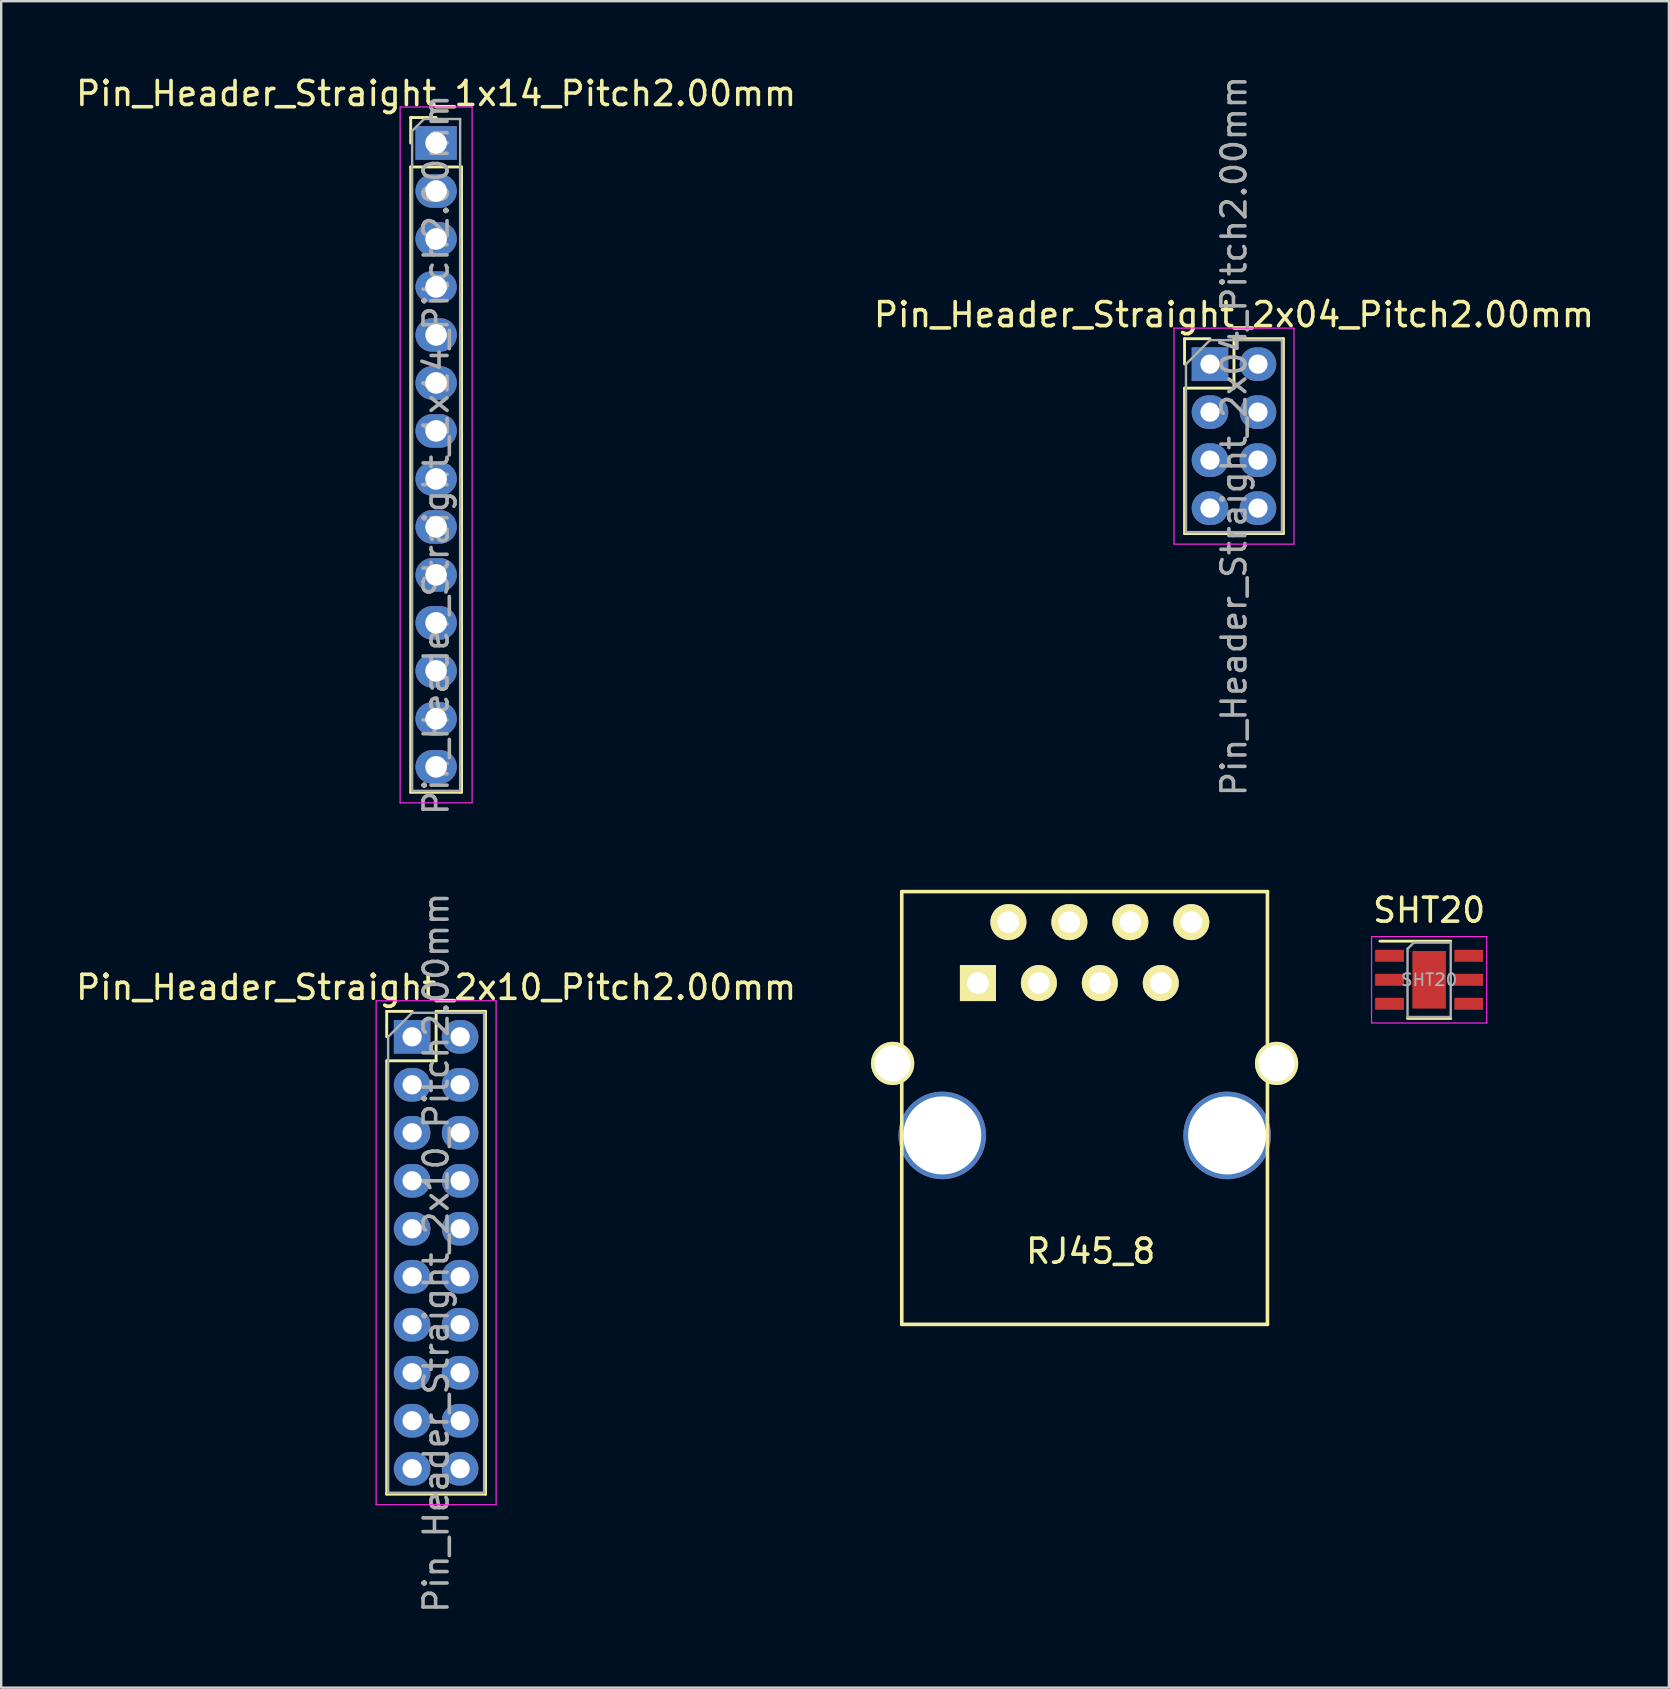
<source format=kicad_pcb>
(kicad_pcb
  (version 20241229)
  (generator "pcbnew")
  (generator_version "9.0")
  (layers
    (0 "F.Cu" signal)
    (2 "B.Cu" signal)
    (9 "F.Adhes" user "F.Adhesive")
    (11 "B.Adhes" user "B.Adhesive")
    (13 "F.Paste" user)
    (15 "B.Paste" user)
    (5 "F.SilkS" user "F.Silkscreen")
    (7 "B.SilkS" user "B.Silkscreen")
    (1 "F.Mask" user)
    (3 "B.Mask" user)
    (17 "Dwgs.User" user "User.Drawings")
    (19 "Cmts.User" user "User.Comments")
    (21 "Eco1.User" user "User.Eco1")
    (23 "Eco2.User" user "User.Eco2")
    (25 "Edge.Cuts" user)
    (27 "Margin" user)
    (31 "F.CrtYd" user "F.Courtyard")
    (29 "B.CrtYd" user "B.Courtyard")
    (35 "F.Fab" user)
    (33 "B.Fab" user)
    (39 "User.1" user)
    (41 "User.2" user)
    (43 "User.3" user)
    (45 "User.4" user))
  (footprint "Pin_Header_Straight_2x04_Pitch2.00mm"
    (layer "F.Cu")
    (at 48.375 15.125)
    (property "Reference" "Pin_Header_Straight_2x04_Pitch2.00mm" (at 0 -5.06 0) (layer "F.SilkS") (effects (font (size 1 1) (thickness 0.15))))
    (attr through_hole)
    (fp_line (start -2.06 -4.06) (end -1 -4.06) (stroke (width 0.12) (type solid)) (layer "F.SilkS"))
    (fp_line (start -2.06 -3) (end -2.06 -4.06) (stroke (width 0.12) (type solid)) (layer "F.SilkS"))
    (fp_line (start -2.06 -2) (end -2.06 4.06) (stroke (width 0.12) (type solid)) (layer "F.SilkS"))
    (fp_line (start -2.06 -2) (end 0 -2) (stroke (width 0.12) (type solid)) (layer "F.SilkS"))
    (fp_line (start -2.06 4.06) (end 2.06 4.06) (stroke (width 0.12) (type solid)) (layer "F.SilkS"))
    (fp_line (start 0 -4.06) (end 2.06 -4.06) (stroke (width 0.12) (type solid)) (layer "F.SilkS"))
    (fp_line (start 0 -2) (end 0 -4.06) (stroke (width 0.12) (type solid)) (layer "F.SilkS"))
    (fp_line (start 2.06 -4.06) (end 2.06 4.06) (stroke (width 0.12) (type solid)) (layer "F.SilkS"))
    (fp_line (start -2.5 -4.5) (end -2.5 4.5) (stroke (width 0.05) (type solid)) (layer "F.CrtYd"))
    (fp_line (start -2.5 4.5) (end 2.5 4.5) (stroke (width 0.05) (type solid)) (layer "F.CrtYd"))
    (fp_line (start 2.5 -4.5) (end -2.5 -4.5) (stroke (width 0.05) (type solid)) (layer "F.CrtYd"))
    (fp_line (start 2.5 4.5) (end 2.5 -4.5) (stroke (width 0.05) (type solid)) (layer "F.CrtYd"))
    (fp_line (start -2 -3) (end -1 -4) (stroke (width 0.1) (type solid)) (layer "F.Fab"))
    (fp_line (start -2 4) (end -2 -3) (stroke (width 0.1) (type solid)) (layer "F.Fab"))
    (fp_line (start -1 -4) (end 2 -4) (stroke (width 0.1) (type solid)) (layer "F.Fab"))
    (fp_line (start 2 -4) (end 2 4) (stroke (width 0.1) (type solid)) (layer "F.Fab"))
    (fp_line (start 2 4) (end -2 4) (stroke (width 0.1) (type solid)) (layer "F.Fab"))
    (fp_text user "${REFERENCE}" (at 0 0 90) (layer "F.Fab") (effects (font (size 1 1) (thickness 0.15))))
    (pad "1" thru_hole rect (at -1 -3) (size 1.524 1.4) (drill 0.8) (layers "*.Cu" "*.Mask"))
    (pad "2" thru_hole oval (at 1 -3) (size 1.524 1.4) (drill 0.8) (layers "*.Cu" "*.Mask"))
    (pad "3" thru_hole oval (at -1 -1) (size 1.524 1.4) (drill 0.8) (layers "*.Cu" "*.Mask"))
    (pad "4" thru_hole oval (at 1 -1) (size 1.524 1.4) (drill 0.8) (layers "*.Cu" "*.Mask"))
    (pad "5" thru_hole oval (at -1 1) (size 1.524 1.4) (drill 0.8) (layers "*.Cu" "*.Mask"))
    (pad "6" thru_hole oval (at 1 1) (size 1.524 1.4) (drill 0.8) (layers "*.Cu" "*.Mask"))
    (pad "7" thru_hole oval (at -1 3) (size 1.524 1.4) (drill 0.8) (layers "*.Cu" "*.Mask"))
    (pad "8" thru_hole oval (at 1 3) (size 1.524 1.4) (drill 0.8) (layers "*.Cu" "*.Mask")))
  (footprint "Pin_Header_Straight_1x14_Pitch2.00mm"
    (layer "F.Cu")
    (at 15.125 2.908)
    (property "Reference" "Pin_Header_Straight_1x14_Pitch2.00mm" (at 0 -2.06 0) (layer "F.SilkS") (effects (font (size 1 1) (thickness 0.15))))
    (attr through_hole)
    (fp_line (start -1.06 -1.06) (end 0 -1.06) (stroke (width 0.12) (type solid)) (layer "F.SilkS"))
    (fp_line (start -1.06 0) (end -1.06 -1.06) (stroke (width 0.12) (type solid)) (layer "F.SilkS"))
    (fp_line (start -1.06 1) (end -1.06 27.06) (stroke (width 0.12) (type solid)) (layer "F.SilkS"))
    (fp_line (start -1.06 1) (end 1.06 1) (stroke (width 0.12) (type solid)) (layer "F.SilkS"))
    (fp_line (start -1.06 27.06) (end 1.06 27.06) (stroke (width 0.12) (type solid)) (layer "F.SilkS"))
    (fp_line (start 1.06 1) (end 1.06 27.06) (stroke (width 0.12) (type solid)) (layer "F.SilkS"))
    (fp_line (start -1.5 -1.5) (end -1.5 27.5) (stroke (width 0.05) (type solid)) (layer "F.CrtYd"))
    (fp_line (start -1.5 27.5) (end 1.5 27.5) (stroke (width 0.05) (type solid)) (layer "F.CrtYd"))
    (fp_line (start 1.5 -1.5) (end -1.5 -1.5) (stroke (width 0.05) (type solid)) (layer "F.CrtYd"))
    (fp_line (start 1.5 27.5) (end 1.5 -1.5) (stroke (width 0.05) (type solid)) (layer "F.CrtYd"))
    (fp_line (start -1 -0.5) (end -0.5 -1) (stroke (width 0.1) (type solid)) (layer "F.Fab"))
    (fp_line (start -1 27) (end -1 -0.5) (stroke (width 0.1) (type solid)) (layer "F.Fab"))
    (fp_line (start -0.5 -1) (end 1 -1) (stroke (width 0.1) (type solid)) (layer "F.Fab"))
    (fp_line (start 1 -1) (end 1 27) (stroke (width 0.1) (type solid)) (layer "F.Fab"))
    (fp_line (start 1 27) (end -1 27) (stroke (width 0.1) (type solid)) (layer "F.Fab"))
    (fp_text user "${REFERENCE}" (at 0 13 90) (layer "F.Fab") (effects (font (size 1 1) (thickness 0.15))))
    (pad "1" thru_hole rect (at 0 0) (size 1.724 1.4) (drill 0.9) (layers "*.Cu" "*.Mask"))
    (pad "2" thru_hole oval (at 0 2) (size 1.724 1.4) (drill 0.9) (layers "*.Cu" "*.Mask"))
    (pad "3" thru_hole oval (at 0 4) (size 1.724 1.4) (drill 0.9) (layers "*.Cu" "*.Mask"))
    (pad "4" thru_hole oval (at 0 6) (size 1.724 1.3) (drill 0.9) (layers "*.Cu" "*.Mask"))
    (pad "5" thru_hole oval (at 0 8) (size 1.724 1.4) (drill 0.9) (layers "*.Cu" "*.Mask"))
    (pad "6" thru_hole oval (at 0 10) (size 1.724 1.4) (drill 0.9) (layers "*.Cu" "*.Mask"))
    (pad "7" thru_hole oval (at 0 12) (size 1.724 1.4) (drill 0.9) (layers "*.Cu" "*.Mask"))
    (pad "8" thru_hole oval (at 0 14) (size 1.724 1.4) (drill 0.9) (layers "*.Cu" "*.Mask"))
    (pad "9" thru_hole oval (at 0 16) (size 1.724 1.4) (drill 0.9) (layers "*.Cu" "*.Mask"))
    (pad "10" thru_hole oval (at 0 18) (size 1.724 1.4) (drill 0.9) (layers "*.Cu" "*.Mask"))
    (pad "11" thru_hole oval (at 0 20) (size 1.724 1.4) (drill 0.9) (layers "*.Cu" "*.Mask"))
    (pad "12" thru_hole oval (at 0 22) (size 1.724 1.4) (drill 0.9) (layers "*.Cu" "*.Mask"))
    (pad "13" thru_hole oval (at 0 24) (size 1.724 1.4) (drill 0.9) (layers "*.Cu" "*.Mask"))
    (pad "14" thru_hole oval (at 0 26) (size 1.724 1.4) (drill 0.9) (layers "*.Cu" "*.Mask")))
  (footprint "RJ45_8"
    (layer "F.Cu")
    (at 42.15 44.268)
    (property "Reference" "RJ45_8" (at 0.254 4.826 0) (layer "F.SilkS") (effects (font (size 1 1) (thickness 0.15))))
    (attr through_hole)
    (fp_line (start -7.62 -10.16) (end -7.62 7.874) (stroke (width 0.15) (type solid)) (layer "F.SilkS"))
    (fp_line (start -7.62 7.874) (end 7.62 7.874) (stroke (width 0.15) (type solid)) (layer "F.SilkS"))
    (fp_line (start 7.62 -10.16) (end -7.62 -10.16) (stroke (width 0.15) (type solid)) (layer "F.SilkS"))
    (fp_line (start 7.62 7.874) (end 7.62 -10.16) (stroke (width 0.15) (type solid)) (layer "F.SilkS"))
    (pad "1" thru_hole rect (at -4.445 -6.35) (size 1.501 1.501) (drill 0.899) (layers "*.Cu" "*.Mask" "F.SilkS"))
    (pad "2" thru_hole circle (at -3.175 -8.89) (size 1.501 1.501) (drill 0.899) (layers "*.Cu" "*.Mask" "F.SilkS"))
    (pad "3" thru_hole circle (at -1.905 -6.35) (size 1.501 1.501) (drill 0.899) (layers "*.Cu" "*.Mask" "F.SilkS"))
    (pad "4" thru_hole circle (at -0.635 -8.89) (size 1.501 1.501) (drill 0.899) (layers "*.Cu" "*.Mask" "F.SilkS"))
    (pad "5" thru_hole circle (at 0.635 -6.35) (size 1.501 1.501) (drill 0.899) (layers "*.Cu" "*.Mask" "F.SilkS"))
    (pad "6" thru_hole circle (at 1.905 -8.89) (size 1.501 1.501) (drill 0.899) (layers "*.Cu" "*.Mask" "F.SilkS"))
    (pad "7" thru_hole circle (at 3.175 -6.35) (size 1.501 1.501) (drill 0.899) (layers "*.Cu" "*.Mask" "F.SilkS"))
    (pad "8" thru_hole circle (at 4.445 -8.89) (size 1.501 1.501) (drill 0.899) (layers "*.Cu" "*.Mask" "F.SilkS"))
    (pad "9" thru_hole circle (at -8 -3) (size 1.8 1.8) (drill 1.5) (layers "*.Cu" "*.Mask" "F.SilkS"))
    (pad "9" thru_hole circle (at 8 -3) (size 1.8 1.8) (drill 1.5) (layers "*.Cu" "*.Mask" "F.SilkS"))
    (pad "Hole" thru_hole circle (at -5.931 0) (size 3.65 3.65) (drill 3.251) (layers "*.Cu" "*.Mask"))
    (pad "Hole" thru_hole circle (at 5.939 0) (size 3.65 3.65) (drill 3.251) (layers "*.Cu" "*.Mask")))
  (footprint "SHT20"
    (layer "F.Cu")
    (at 56.508 37.782)
    (property "Reference" "SHT20" (at 0 -2.9 0) (layer "F.SilkS") (effects (font (size 1 1) (thickness 0.15))))
    (attr smd)
    (fp_line (start -0.9 1.61) (end 0.9 1.61) (stroke (width 0.12) (type solid)) (layer "F.SilkS"))
    (fp_line (start 0.9 -1.61) (end -2.05 -1.61) (stroke (width 0.12) (type solid)) (layer "F.SilkS"))
    (fp_line (start -2.4 -1.8) (end 2.4 -1.8) (stroke (width 0.05) (type solid)) (layer "F.CrtYd"))
    (fp_line (start -2.4 1.8) (end -2.4 -1.8) (stroke (width 0.05) (type solid)) (layer "F.CrtYd"))
    (fp_line (start 2.4 -1.8) (end 2.4 1.8) (stroke (width 0.05) (type solid)) (layer "F.CrtYd"))
    (fp_line (start 2.4 1.8) (end -2.4 1.8) (stroke (width 0.05) (type solid)) (layer "F.CrtYd"))
    (fp_line (start -0.9 -1.29) (end -0.9 1.55) (stroke (width 0.1) (type solid)) (layer "F.Fab"))
    (fp_line (start -0.9 -1.29) (end -0.64 -1.55) (stroke (width 0.1) (type solid)) (layer "F.Fab"))
    (fp_line (start 0.9 -1.55) (end -0.63 -1.55) (stroke (width 0.1) (type solid)) (layer "F.Fab"))
    (fp_line (start 0.9 -1.55) (end 0.9 1.55) (stroke (width 0.1) (type solid)) (layer "F.Fab"))
    (fp_line (start 0.9 1.55) (end -0.9 1.55) (stroke (width 0.1) (type solid)) (layer "F.Fab"))
    (fp_text user "${REFERENCE}" (at 0 0 0) (layer "F.Fab") (effects (font (size 0.5 0.5) (thickness 0.075))))
    (pad "0" smd rect (at 0 0) (size 1.4 2.4) (layers "F.Cu" "F.Mask" "F.Paste"))
    (pad "1" smd rect (at -1.65 -1) (size 1.2 0.5) (layers "F.Cu" "F.Mask" "F.Paste"))
    (pad "2" smd rect (at -1.65 0) (size 1.2 0.5) (layers "F.Cu" "F.Mask" "F.Paste"))
    (pad "3" smd rect (at -1.65 1) (size 1.2 0.5) (layers "F.Cu" "F.Mask" "F.Paste"))
    (pad "4" smd rect (at 1.65 1) (size 1.2 0.5) (layers "F.Cu" "F.Mask" "F.Paste"))
    (pad "5" smd rect (at 1.65 0) (size 1.2 0.5) (layers "F.Cu" "F.Mask" "F.Paste"))
    (pad "6" smd rect (at 1.65 -1) (size 1.2 0.5) (layers "F.Cu" "F.Mask" "F.Paste")))
  (footprint "Pin_Header_Straight_2x10_Pitch2.00mm"
    (layer "F.Cu")
    (at 14.125 40.158)
    (property "Reference" "Pin_Header_Straight_2x10_Pitch2.00mm" (at 1 -2.06 0) (layer "F.SilkS") (effects (font (size 1 1) (thickness 0.15))))
    (attr through_hole)
    (fp_line (start -1.06 -1.06) (end 0 -1.06) (stroke (width 0.12) (type solid)) (layer "F.SilkS"))
    (fp_line (start -1.06 0) (end -1.06 -1.06) (stroke (width 0.12) (type solid)) (layer "F.SilkS"))
    (fp_line (start -1.06 1) (end -1.06 19.06) (stroke (width 0.12) (type solid)) (layer "F.SilkS"))
    (fp_line (start -1.06 1) (end 1 1) (stroke (width 0.12) (type solid)) (layer "F.SilkS"))
    (fp_line (start -1.06 19.06) (end 3.06 19.06) (stroke (width 0.12) (type solid)) (layer "F.SilkS"))
    (fp_line (start 1 -1.06) (end 3.06 -1.06) (stroke (width 0.12) (type solid)) (layer "F.SilkS"))
    (fp_line (start 1 1) (end 1 -1.06) (stroke (width 0.12) (type solid)) (layer "F.SilkS"))
    (fp_line (start 3.06 -1.06) (end 3.06 19.06) (stroke (width 0.12) (type solid)) (layer "F.SilkS"))
    (fp_line (start -1.5 -1.5) (end -1.5 19.5) (stroke (width 0.05) (type solid)) (layer "F.CrtYd"))
    (fp_line (start -1.5 19.5) (end 3.5 19.5) (stroke (width 0.05) (type solid)) (layer "F.CrtYd"))
    (fp_line (start 3.5 -1.5) (end -1.5 -1.5) (stroke (width 0.05) (type solid)) (layer "F.CrtYd"))
    (fp_line (start 3.5 19.5) (end 3.5 -1.5) (stroke (width 0.05) (type solid)) (layer "F.CrtYd"))
    (fp_line (start -1 0) (end 0 -1) (stroke (width 0.1) (type solid)) (layer "F.Fab"))
    (fp_line (start -1 19) (end -1 0) (stroke (width 0.1) (type solid)) (layer "F.Fab"))
    (fp_line (start 0 -1) (end 3 -1) (stroke (width 0.1) (type solid)) (layer "F.Fab"))
    (fp_line (start 3 -1) (end 3 19) (stroke (width 0.1) (type solid)) (layer "F.Fab"))
    (fp_line (start 3 19) (end -1 19) (stroke (width 0.1) (type solid)) (layer "F.Fab"))
    (fp_text user "${REFERENCE}" (at 1 9 90) (layer "F.Fab") (effects (font (size 1 1) (thickness 0.15))))
    (pad "1" thru_hole rect (at 0 0) (size 1.524 1.4) (drill 0.8) (layers "*.Cu" "*.Mask"))
    (pad "2" thru_hole oval (at 2 0) (size 1.524 1.4) (drill 0.8) (layers "*.Cu" "*.Mask"))
    (pad "3" thru_hole oval (at 0 2) (size 1.524 1.4) (drill 0.8) (layers "*.Cu" "*.Mask"))
    (pad "4" thru_hole oval (at 2 2) (size 1.524 1.4) (drill 0.8) (layers "*.Cu" "*.Mask"))
    (pad "5" thru_hole oval (at 0 4) (size 1.524 1.4) (drill 0.8) (layers "*.Cu" "*.Mask"))
    (pad "6" thru_hole oval (at 2 4) (size 1.524 1.4) (drill 0.8) (layers "*.Cu" "*.Mask"))
    (pad "7" thru_hole oval (at 0 6) (size 1.524 1.4) (drill 0.8) (layers "*.Cu" "*.Mask"))
    (pad "8" thru_hole oval (at 2 6) (size 1.524 1.4) (drill 0.8) (layers "*.Cu" "*.Mask"))
    (pad "9" thru_hole oval (at 0 8) (size 1.524 1.4) (drill 0.8) (layers "*.Cu" "*.Mask"))
    (pad "10" thru_hole oval (at 2 8) (size 1.524 1.4) (drill 0.8) (layers "*.Cu" "*.Mask"))
    (pad "11" thru_hole oval (at 0 10) (size 1.524 1.4) (drill 0.8) (layers "*.Cu" "*.Mask"))
    (pad "12" thru_hole oval (at 2 10) (size 1.524 1.4) (drill 0.8) (layers "*.Cu" "*.Mask"))
    (pad "13" thru_hole oval (at 0 12) (size 1.524 1.4) (drill 0.8) (layers "*.Cu" "*.Mask"))
    (pad "14" thru_hole oval (at 2 12) (size 1.524 1.4) (drill 0.8) (layers "*.Cu" "*.Mask"))
    (pad "15" thru_hole oval (at 0 14) (size 1.524 1.4) (drill 0.8) (layers "*.Cu" "*.Mask"))
    (pad "16" thru_hole oval (at 2 14) (size 1.524 1.4) (drill 0.8) (layers "*.Cu" "*.Mask"))
    (pad "17" thru_hole oval (at 0 16) (size 1.524 1.4) (drill 0.8) (layers "*.Cu" "*.Mask"))
    (pad "18" thru_hole oval (at 2 16) (size 1.524 1.4) (drill 0.8) (layers "*.Cu" "*.Mask"))
    (pad "19" thru_hole oval (at 0 18) (size 1.524 1.4) (drill 0.8) (layers "*.Cu" "*.Mask"))
    (pad "20" thru_hole oval (at 2 18) (size 1.524 1.4) (drill 0.8) (layers "*.Cu" "*.Mask")))
  (gr_rect
    (start -3 -3)
    (end 66.5 67.283)
    (stroke (width 0.1) (type default))
    (fill no)
    (layer "Edge.Cuts")))
</source>
